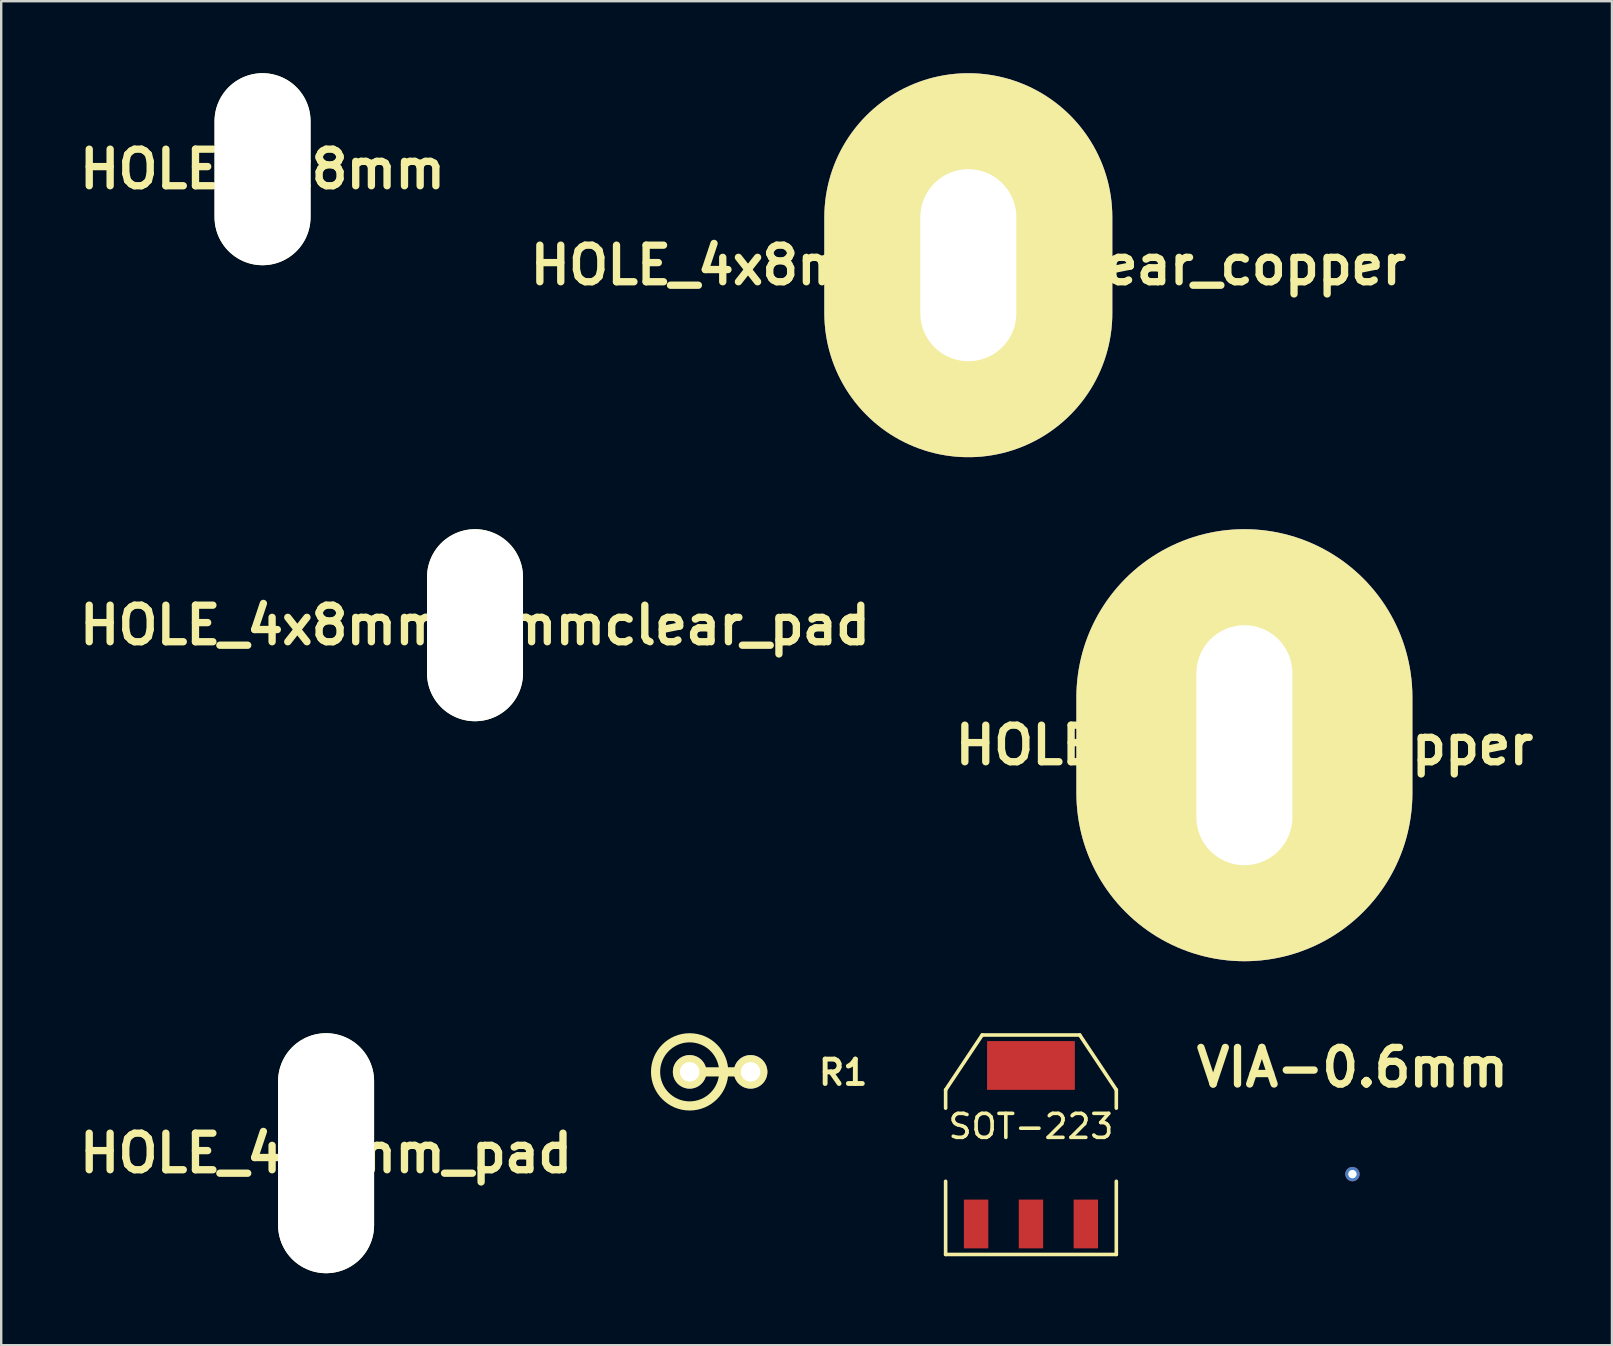
<source format=kicad_pcb>
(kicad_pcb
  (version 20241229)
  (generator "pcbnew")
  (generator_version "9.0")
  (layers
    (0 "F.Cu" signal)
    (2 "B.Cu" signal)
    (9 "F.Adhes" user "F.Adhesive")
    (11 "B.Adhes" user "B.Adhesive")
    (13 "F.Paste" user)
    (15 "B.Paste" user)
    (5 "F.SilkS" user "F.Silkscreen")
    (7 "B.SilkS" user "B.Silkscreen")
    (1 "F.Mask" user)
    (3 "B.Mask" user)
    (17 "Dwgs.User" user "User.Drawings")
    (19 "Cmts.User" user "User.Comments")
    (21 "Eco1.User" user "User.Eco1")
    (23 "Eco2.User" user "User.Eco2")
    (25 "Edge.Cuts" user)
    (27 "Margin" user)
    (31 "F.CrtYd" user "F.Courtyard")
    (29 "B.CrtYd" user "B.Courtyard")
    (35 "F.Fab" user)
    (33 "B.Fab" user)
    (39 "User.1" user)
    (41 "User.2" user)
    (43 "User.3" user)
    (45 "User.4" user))
  (footprint "SOT-223"
    (layer "F.Cu")
    (at 39.907 44.647)
    (property "Reference" "SOT-223" (at 0 -0.762 0) (layer "F.SilkS") (effects (font (size 1 1) (thickness 0.15))))
    (attr smd)
    (fp_line (start -3.556 -2.286) (end -2.032 -4.572) (stroke (width 0.15) (type solid)) (layer "F.SilkS"))
    (fp_line (start -3.556 -1.524) (end -3.556 -2.286) (stroke (width 0.15) (type solid)) (layer "F.SilkS"))
    (fp_line (start -3.556 1.524) (end -3.556 4.572) (stroke (width 0.15) (type solid)) (layer "F.SilkS"))
    (fp_line (start -3.556 4.572) (end 3.556 4.572) (stroke (width 0.15) (type solid)) (layer "F.SilkS"))
    (fp_line (start -2.032 -4.572) (end 2.032 -4.572) (stroke (width 0.15) (type solid)) (layer "F.SilkS"))
    (fp_line (start 2.032 -4.572) (end 3.556 -2.286) (stroke (width 0.15) (type solid)) (layer "F.SilkS"))
    (fp_line (start 3.556 -2.286) (end 3.556 -1.524) (stroke (width 0.15) (type solid)) (layer "F.SilkS"))
    (fp_line (start 3.556 4.572) (end 3.556 1.524) (stroke (width 0.15) (type solid)) (layer "F.SilkS"))
    (pad "1" smd rect (at -2.286 3.302) (size 1.016 2.032) (layers "F.Cu" "F.Mask" "F.Paste"))
    (pad "2" smd rect (at 0 -3.302) (size 3.658 2.032) (layers "F.Cu" "F.Mask" "F.Paste"))
    (pad "2" smd rect (at 0 3.302) (size 1.016 2.032) (layers "F.Cu" "F.Mask" "F.Paste"))
    (pad "3" smd rect (at 2.286 3.302) (size 1.016 2.032) (layers "F.Cu" "F.Mask" "F.Paste")))
  (footprint "HOLE_4x8mm_4mmclear_pad"
    (layer "F.Cu")
    (at 16.742 23)
    (property "Reference" "HOLE_4x8mm_4mmclear_pad" (at 0 0 0) (layer "F.SilkS") (effects (font (size 1.524 1.524) (thickness 0.305))))
    (attr through_hole)
    (pad "" np_thru_hole oval (at 0 0) (size 4 8.001) (drill oval 4 8.001) (layers "*.Cu" "*.Mask" "F.SilkS")))
  (footprint "HOLE_4x8mm"
    (layer "F.Cu")
    (at 7.889 4)
    (property "Reference" "HOLE_4x8mm" (at 0 0 0) (layer "F.SilkS") (effects (font (size 1.524 1.524) (thickness 0.305))))
    (attr through_hole)
    (pad "" np_thru_hole oval (at 0 0) (size 4 8.001) (drill oval 4 8.001) (layers "*.Cu" "*.Mask" "F.SilkS")))
  (footprint "HOLE_4x8mm_pad"
    (layer "F.Cu")
    (at 10.537 45)
    (property "Reference" "HOLE_4x8mm_pad" (at 0 0 0) (layer "F.SilkS") (effects (font (size 1.524 1.524) (thickness 0.305))))
    (attr through_hole)
    (pad "" np_thru_hole oval (at 0 0) (size 4 10) (drill oval 4 10) (layers "*.Cu" "*.Mask" "F.SilkS")))
  (footprint "VIA-0.6mm"
    (layer "F.Cu")
    (at 53.302 45.872)
    (property "Reference" "VIA-0.6mm" (at 0 -4.445 0) (layer "F.SilkS") (effects (font (size 1.524 1.524) (thickness 0.305))))
    (attr through_hole)
    (pad "1" thru_hole circle (at 0 0) (size 0.599 0.599) (drill 0.35) (layers "*.Cu")))
  (footprint "HOLE_4x8mm_copper"
    (layer "F.Cu")
    (at 48.8 28)
    (property "Reference" "HOLE_4x8mm_copper" (at 0 0 0) (layer "F.SilkS") (effects (font (size 1.524 1.524) (thickness 0.305))))
    (attr through_hole)
    (pad "" thru_hole oval (at 0 0) (size 14 18.001) (drill oval 4 10) (layers "*.Cu" "*.Mask" "F.SilkS")))
  (footprint "R1"
    (layer "F.Cu")
    (at 26.955 41.611)
    (property "Reference" "R1" (at 5.126 0.025 0) (layer "F.SilkS") (effects (font (size 1.016 1.016) (thickness 0.203))))
    (attr through_hole)
    (fp_line (start -1.27 0) (end 1.27 0) (stroke (width 0.381) (type solid)) (layer "F.SilkS"))
    (fp_circle (center -1.27 0) (end -0.635 1.27) (stroke (width 0.381) (type solid)) (fill no) (layer "F.SilkS"))
    (pad "1" thru_hole circle (at -1.27 0) (size 1.397 1.397) (drill 0.813) (layers "*.Cu" "*.Mask" "F.SilkS"))
    (pad "2" thru_hole circle (at 1.27 0) (size 1.397 1.397) (drill 0.813) (layers "*.Cu" "*.Mask" "F.SilkS")))
  (footprint "HOLE_4x8mm_4mmclear_copper"
    (layer "F.Cu")
    (at 37.297 8)
    (property "Reference" "HOLE_4x8mm_4mmclear_copper" (at 0 0 0) (layer "F.SilkS") (effects (font (size 1.524 1.524) (thickness 0.305))))
    (attr through_hole)
    (pad "" thru_hole oval (at 0 0) (size 11.999 15.999) (drill oval 4 8.001) (layers "*.Cu" "*.Mask" "F.SilkS")))
  (gr_rect
    (start -3 -3)
    (end 64.115 53)
    (stroke (width 0.1) (type default))
    (fill no)
    (layer "Edge.Cuts")))
</source>
